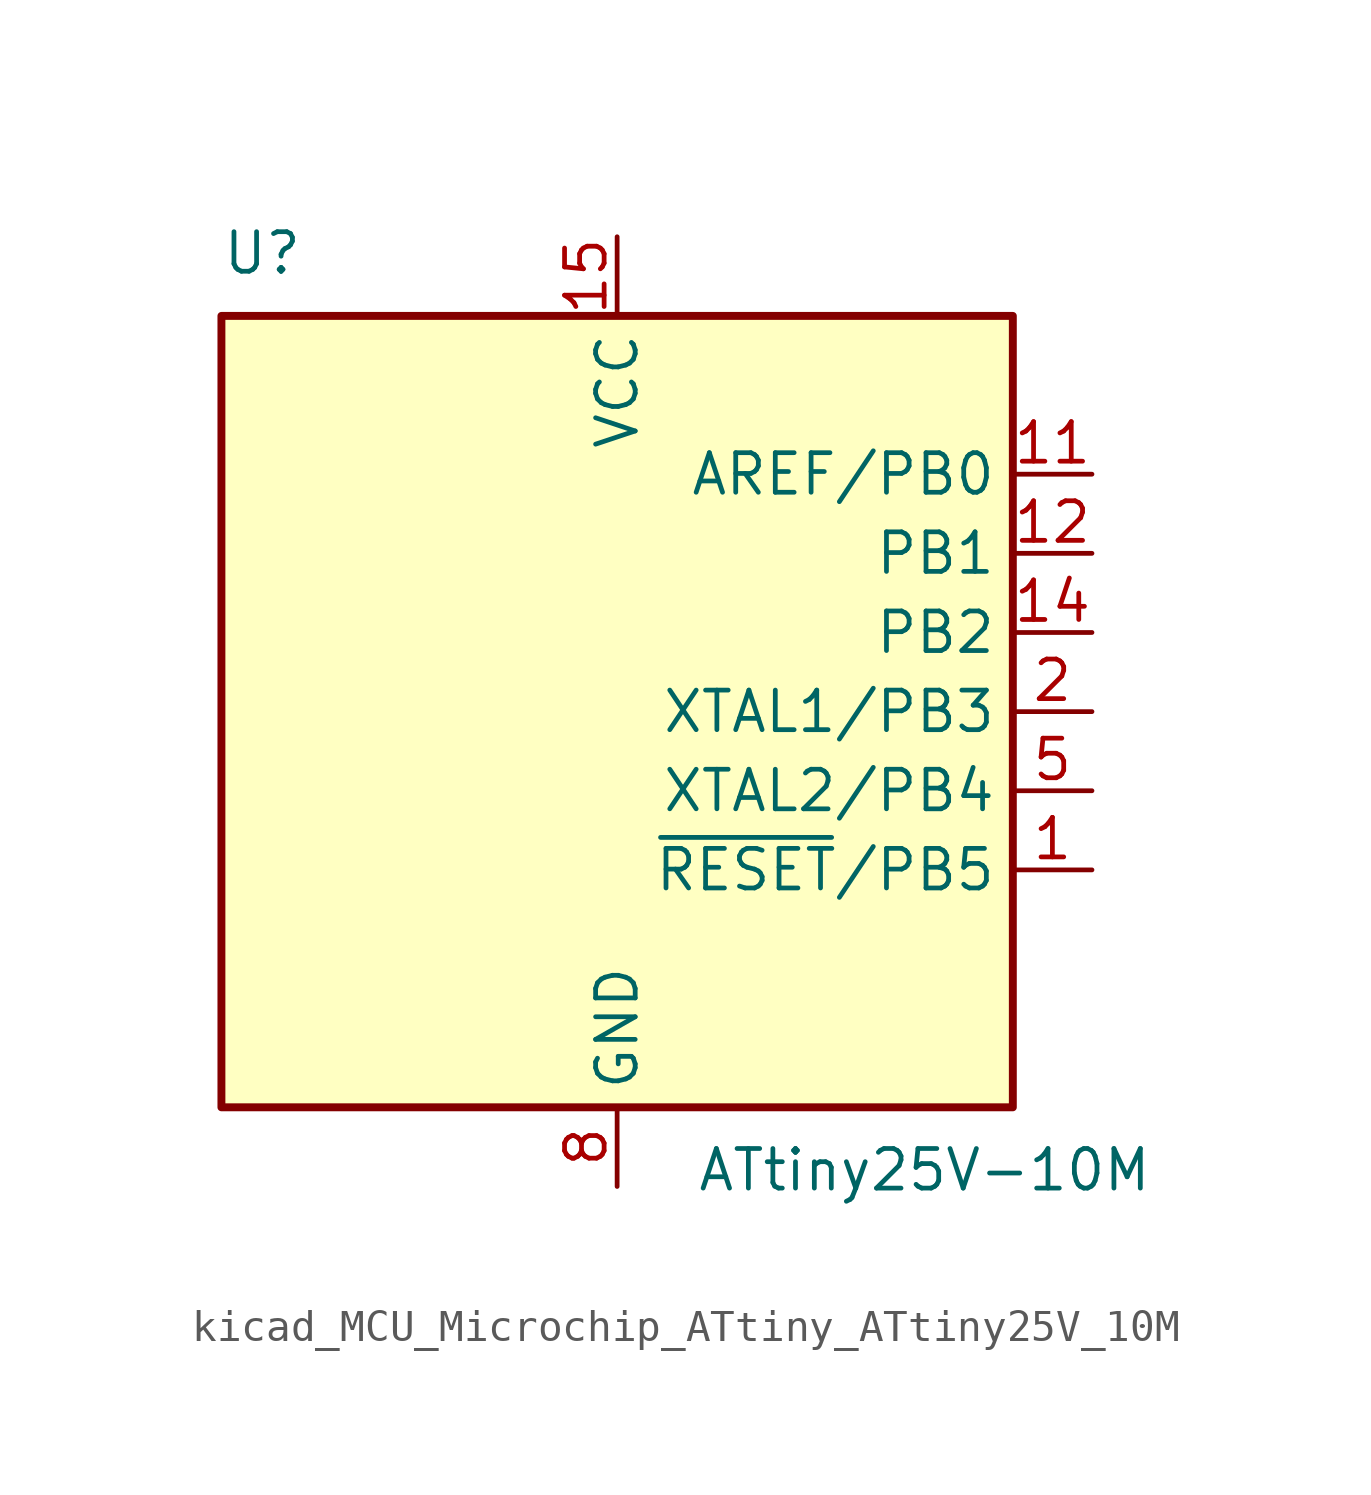
<source format=kicad_sym>
(kicad_symbol_lib
  (version 20220914)
  (generator kicad_symbol_editor)
  (symbol "kicad_MCU_Microchip_ATtiny_ATtiny25V_10M"
    (property "Reference" "U"
      (at -12.7 13.97 0)
      (effects (font (size 1.27 1.27)) (justify left bottom)))
    (property "Value" "ATtiny25V-10M"
      (at 2.54 -13.97 0)
      (effects (font (size 1.27 1.27)) (justify left top)))
    (symbol "kicad_MCU_Microchip_ATtiny_ATtiny25V_10M_0_1"
      (rectangle (start -12.7 -12.7) (end 12.7 12.7) (stroke (width 0.254) (type default)) (fill (type background))))
    (symbol "kicad_MCU_Microchip_ATtiny_ATtiny25V_10M_1_1"
      (pin bidirectional line (at 15.24 -5.08 180) (length 2.54) (name "~{RESET}/PB5" (effects (font (size 1.27 1.27)))) (number "1" (effects (font (size 1.27 1.27)))))
      (pin no_connect line (at -12.7 -2.54 0) (length 2.54) hide (name "NC" (effects (font (size 1.27 1.27)))) (number "10" (effects (font (size 1.27 1.27)))))
      (pin bidirectional line (at 15.24 7.62 180) (length 2.54) (name "AREF/PB0" (effects (font (size 1.27 1.27)))) (number "11" (effects (font (size 1.27 1.27)))))
      (pin bidirectional line (at 15.24 5.08 180) (length 2.54) (name "PB1" (effects (font (size 1.27 1.27)))) (number "12" (effects (font (size 1.27 1.27)))))
      (pin no_connect line (at -12.7 -5.08 0) (length 2.54) hide (name "NC" (effects (font (size 1.27 1.27)))) (number "13" (effects (font (size 1.27 1.27)))))
      (pin bidirectional line (at 15.24 2.54 180) (length 2.54) (name "PB2" (effects (font (size 1.27 1.27)))) (number "14" (effects (font (size 1.27 1.27)))))
      (pin power_in line (at 0 15.24 270) (length 2.54) (name "VCC" (effects (font (size 1.27 1.27)))) (number "15" (effects (font (size 1.27 1.27)))))
      (pin no_connect line (at -12.7 -7.62 0) (length 2.54) hide (name "NC" (effects (font (size 1.27 1.27)))) (number "16" (effects (font (size 1.27 1.27)))))
      (pin no_connect line (at -12.7 -10.16 0) (length 2.54) hide (name "NC" (effects (font (size 1.27 1.27)))) (number "17" (effects (font (size 1.27 1.27)))))
      (pin no_connect line (at -7.62 -12.7 90) (length 2.54) hide (name "NC" (effects (font (size 1.27 1.27)))) (number "18" (effects (font (size 1.27 1.27)))))
      (pin no_connect line (at -5.08 -12.7 90) (length 2.54) hide (name "NC" (effects (font (size 1.27 1.27)))) (number "19" (effects (font (size 1.27 1.27)))))
      (pin bidirectional line (at 15.24 0 180) (length 2.54) (name "XTAL1/PB3" (effects (font (size 1.27 1.27)))) (number "2" (effects (font (size 1.27 1.27)))))
      (pin no_connect line (at -2.54 -12.7 90) (length 2.54) hide (name "NC" (effects (font (size 1.27 1.27)))) (number "20" (effects (font (size 1.27 1.27)))))
      (pin passive line (at 0 -15.24 90) (length 2.54) hide (name "GND" (effects (font (size 1.27 1.27)))) (number "21" (effects (font (size 1.27 1.27)))))
      (pin no_connect line (at -12.7 10.16 0) (length 2.54) hide (name "NC" (effects (font (size 1.27 1.27)))) (number "3" (effects (font (size 1.27 1.27)))))
      (pin no_connect line (at -12.7 7.62 0) (length 2.54) hide (name "NC" (effects (font (size 1.27 1.27)))) (number "4" (effects (font (size 1.27 1.27)))))
      (pin bidirectional line (at 15.24 -2.54 180) (length 2.54) (name "XTAL2/PB4" (effects (font (size 1.27 1.27)))) (number "5" (effects (font (size 1.27 1.27)))))
      (pin no_connect line (at -12.7 5.08 0) (length 2.54) hide (name "NC" (effects (font (size 1.27 1.27)))) (number "6" (effects (font (size 1.27 1.27)))))
      (pin no_connect line (at -12.7 2.54 0) (length 2.54) hide (name "NC" (effects (font (size 1.27 1.27)))) (number "7" (effects (font (size 1.27 1.27)))))
      (pin power_in line (at 0 -15.24 90) (length 2.54) (name "GND" (effects (font (size 1.27 1.27)))) (number "8" (effects (font (size 1.27 1.27)))))
      (pin no_connect line (at -12.7 0 0) (length 2.54) hide (name "NC" (effects (font (size 1.27 1.27)))) (number "9" (effects (font (size 1.27 1.27))))))))
</source>
